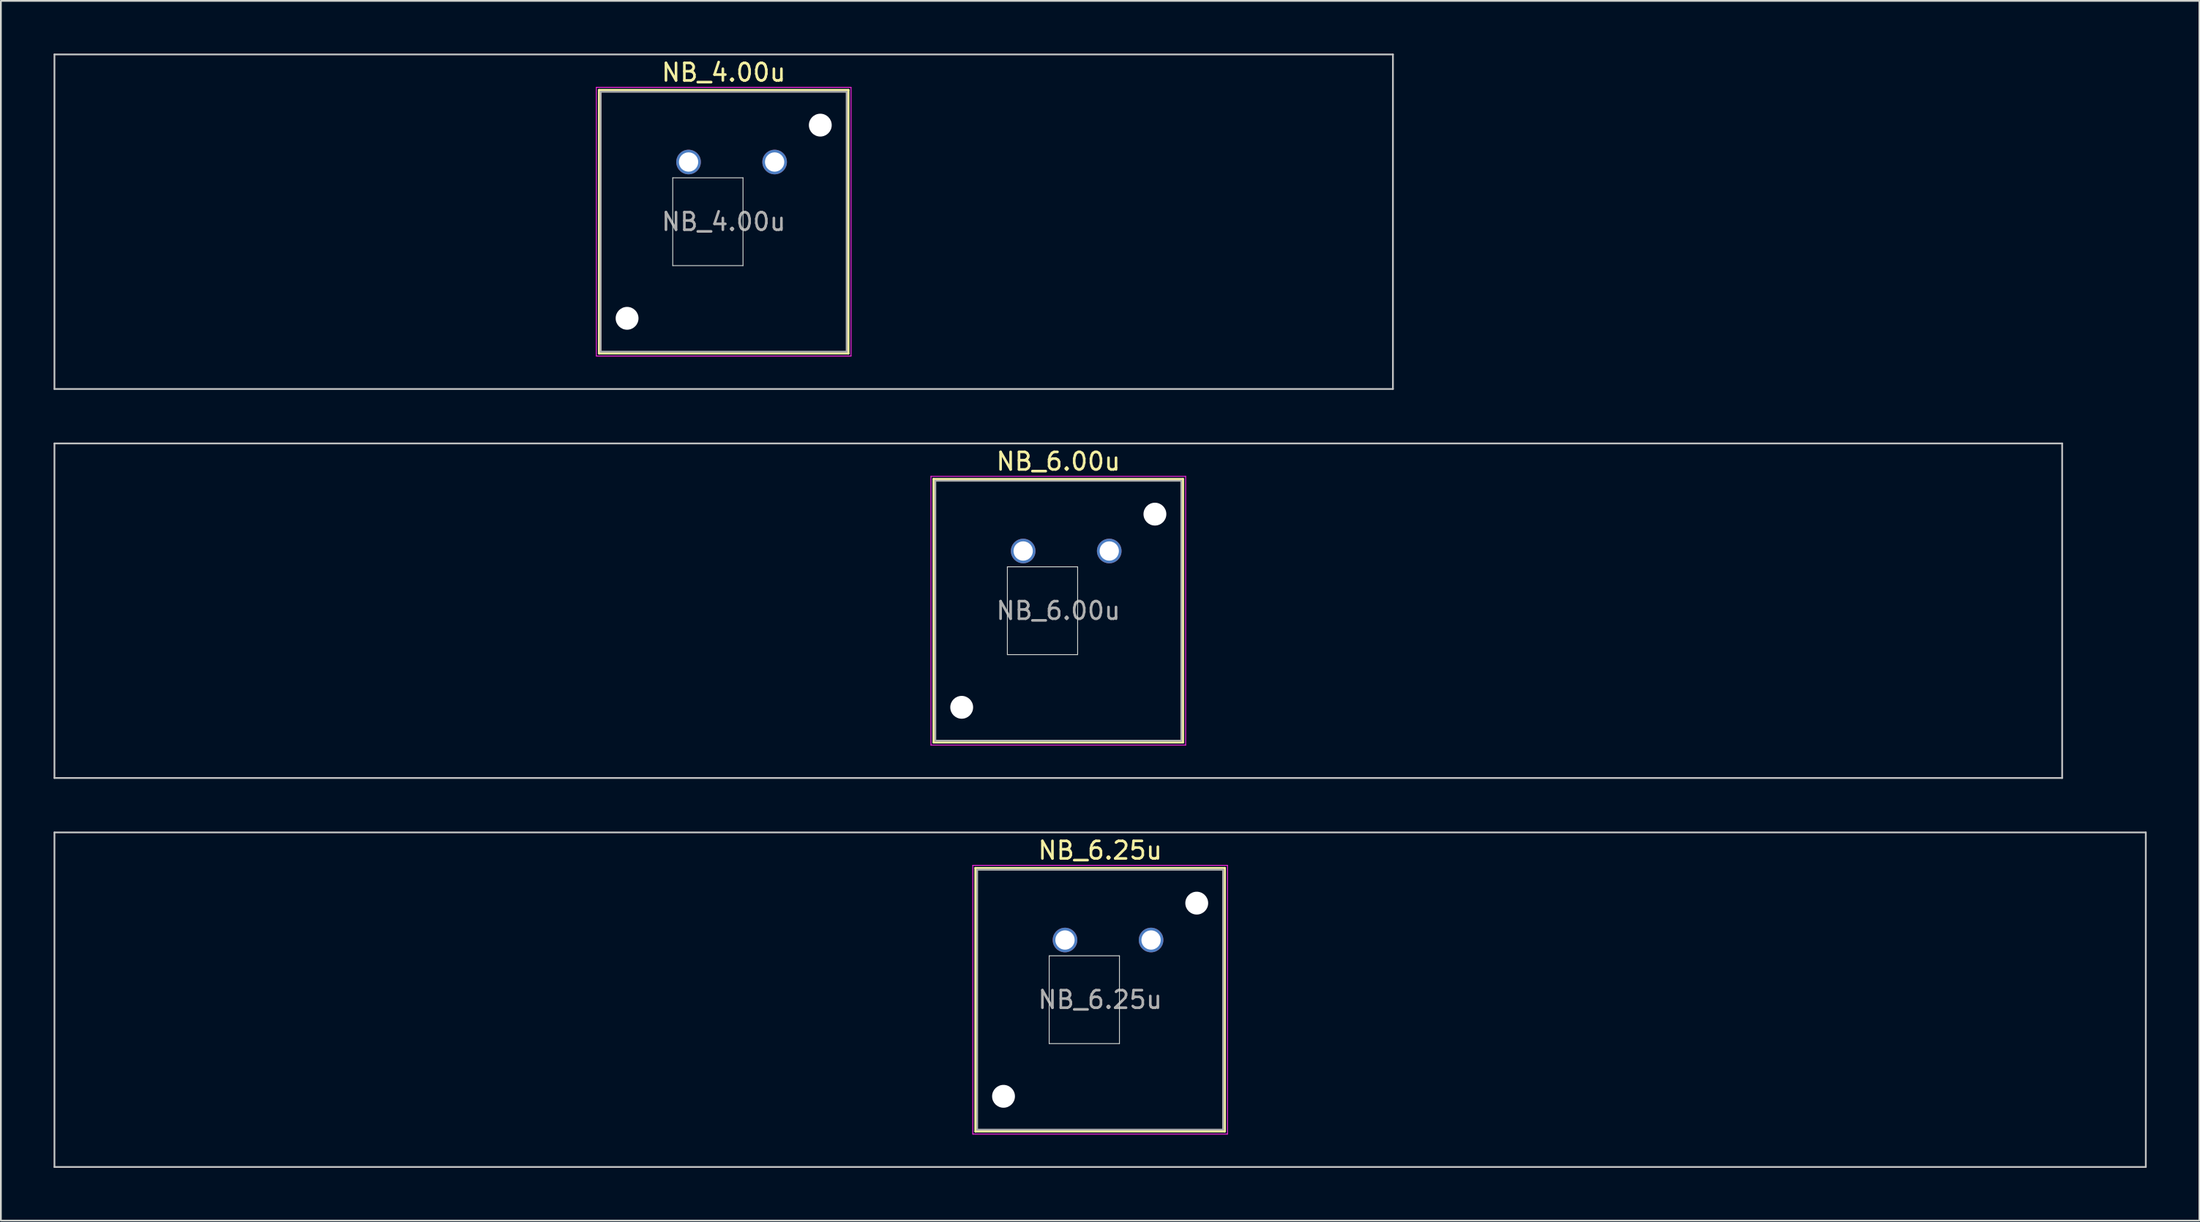
<source format=kicad_pcb>
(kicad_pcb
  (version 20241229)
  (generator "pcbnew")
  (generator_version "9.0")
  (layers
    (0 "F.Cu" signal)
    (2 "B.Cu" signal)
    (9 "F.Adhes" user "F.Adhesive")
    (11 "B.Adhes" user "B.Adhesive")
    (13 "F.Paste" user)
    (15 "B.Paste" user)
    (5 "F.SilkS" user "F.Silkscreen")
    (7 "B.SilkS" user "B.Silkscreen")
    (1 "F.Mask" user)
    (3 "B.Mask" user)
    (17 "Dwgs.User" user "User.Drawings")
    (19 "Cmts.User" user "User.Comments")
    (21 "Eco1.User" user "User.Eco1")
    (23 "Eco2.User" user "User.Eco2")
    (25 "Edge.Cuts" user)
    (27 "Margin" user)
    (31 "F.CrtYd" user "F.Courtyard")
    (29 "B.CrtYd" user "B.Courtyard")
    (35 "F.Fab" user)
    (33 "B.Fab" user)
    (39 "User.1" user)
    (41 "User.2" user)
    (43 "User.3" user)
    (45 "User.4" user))
  (footprint "NB_6.25u"
    (layer "F.Cu")
    (at 59.581 53.875)
    (property "Reference" "NB_6.25u" (at 0 -8.5 0) (layer "F.SilkS") (effects (font (size 1 1) (thickness 0.15))))
    (attr through_hole)
    (fp_line (start -7.1 -7.5) (end -7.1 7.5) (stroke (width 0.12) (type solid)) (layer "F.SilkS"))
    (fp_line (start -7.1 7.5) (end 7.1 7.5) (stroke (width 0.12) (type solid)) (layer "F.SilkS"))
    (fp_line (start 7.1 -7.5) (end -7.1 -7.5) (stroke (width 0.12) (type solid)) (layer "F.SilkS"))
    (fp_line (start 7.1 7.5) (end 7.1 -7.5) (stroke (width 0.12) (type solid)) (layer "F.SilkS"))
    (fp_line (start -59.531 -9.525) (end -59.531 9.525) (stroke (width 0.1) (type solid)) (layer "Dwgs.User"))
    (fp_line (start -59.531 9.525) (end 59.531 9.525) (stroke (width 0.1) (type solid)) (layer "Dwgs.User"))
    (fp_line (start 59.531 -9.525) (end -59.531 -9.525) (stroke (width 0.1) (type solid)) (layer "Dwgs.User"))
    (fp_line (start 59.531 9.525) (end 59.531 -9.525) (stroke (width 0.1) (type solid)) (layer "Dwgs.User"))
    (fp_line (start -8 -8) (end -8 8) (stroke (width 0.1) (type solid)) (layer "Eco1.User"))
    (fp_line (start -8 8) (end 8 8) (stroke (width 0.1) (type solid)) (layer "Eco1.User"))
    (fp_line (start 8 -8) (end -8 -8) (stroke (width 0.1) (type solid)) (layer "Eco1.User"))
    (fp_line (start 8 8) (end 8 -8) (stroke (width 0.1) (type solid)) (layer "Eco1.User"))
    (fp_line (start -2.9 -2.5) (end 1.1 -2.5) (stroke (width 0.05) (type solid)) (layer "Edge.Cuts"))
    (fp_line (start -2.9 2.5) (end -2.9 -2.5) (stroke (width 0.05) (type solid)) (layer "Edge.Cuts"))
    (fp_line (start 1.1 -2.5) (end 1.1 2.5) (stroke (width 0.05) (type solid)) (layer "Edge.Cuts"))
    (fp_line (start 1.1 2.5) (end -2.9 2.5) (stroke (width 0.05) (type solid)) (layer "Edge.Cuts"))
    (fp_line (start -7.25 -7.65) (end -7.25 7.65) (stroke (width 0.05) (type solid)) (layer "F.CrtYd"))
    (fp_line (start -7.25 7.65) (end 7.25 7.65) (stroke (width 0.05) (type solid)) (layer "F.CrtYd"))
    (fp_line (start 7.25 -7.65) (end -7.25 -7.65) (stroke (width 0.05) (type solid)) (layer "F.CrtYd"))
    (fp_line (start 7.25 7.65) (end 7.25 -7.65) (stroke (width 0.05) (type solid)) (layer "F.CrtYd"))
    (fp_line (start -7 -7.4) (end -7 7.4) (stroke (width 0.1) (type solid)) (layer "F.Fab"))
    (fp_line (start -7 7.4) (end 7 7.4) (stroke (width 0.1) (type solid)) (layer "F.Fab"))
    (fp_line (start 7 -7.4) (end -7 -7.4) (stroke (width 0.1) (type solid)) (layer "F.Fab"))
    (fp_line (start 7 7.4) (end 7 -7.4) (stroke (width 0.1) (type solid)) (layer "F.Fab"))
    (fp_text user "${REFERENCE}" (at 0 0 0) (layer "F.Fab") (effects (font (size 1 1) (thickness 0.15))))
    (pad "" np_thru_hole circle (at -5.5 5.5) (size 1.3 1.3) (drill 1.3) (layers "*.Cu" "*.Mask"))
    (pad "" np_thru_hole circle (at 5.5 -5.5) (size 1.3 1.3) (drill 1.3) (layers "*.Cu" "*.Mask"))
    (pad "1" thru_hole circle (at -2 -3.4) (size 1.4 1.4) (drill 1.1) (layers "*.Cu" "*.Mask"))
    (pad "2" thru_hole circle (at 2.9 -3.4) (size 1.4 1.4) (drill 1.1) (layers "*.Cu" "*.Mask")))
  (footprint "NB_6.00u"
    (layer "F.Cu")
    (at 57.2 31.725)
    (property "Reference" "NB_6.00u" (at 0 -8.5 0) (layer "F.SilkS") (effects (font (size 1 1) (thickness 0.15))))
    (attr through_hole)
    (fp_line (start -7.1 -7.5) (end -7.1 7.5) (stroke (width 0.12) (type solid)) (layer "F.SilkS"))
    (fp_line (start -7.1 7.5) (end 7.1 7.5) (stroke (width 0.12) (type solid)) (layer "F.SilkS"))
    (fp_line (start 7.1 -7.5) (end -7.1 -7.5) (stroke (width 0.12) (type solid)) (layer "F.SilkS"))
    (fp_line (start 7.1 7.5) (end 7.1 -7.5) (stroke (width 0.12) (type solid)) (layer "F.SilkS"))
    (fp_line (start -57.15 -9.525) (end -57.15 9.525) (stroke (width 0.1) (type solid)) (layer "Dwgs.User"))
    (fp_line (start -57.15 9.525) (end 57.15 9.525) (stroke (width 0.1) (type solid)) (layer "Dwgs.User"))
    (fp_line (start 57.15 -9.525) (end -57.15 -9.525) (stroke (width 0.1) (type solid)) (layer "Dwgs.User"))
    (fp_line (start 57.15 9.525) (end 57.15 -9.525) (stroke (width 0.1) (type solid)) (layer "Dwgs.User"))
    (fp_line (start -8 -8) (end -8 8) (stroke (width 0.1) (type solid)) (layer "Eco1.User"))
    (fp_line (start -8 8) (end 8 8) (stroke (width 0.1) (type solid)) (layer "Eco1.User"))
    (fp_line (start 8 -8) (end -8 -8) (stroke (width 0.1) (type solid)) (layer "Eco1.User"))
    (fp_line (start 8 8) (end 8 -8) (stroke (width 0.1) (type solid)) (layer "Eco1.User"))
    (fp_line (start -2.9 -2.5) (end 1.1 -2.5) (stroke (width 0.05) (type solid)) (layer "Edge.Cuts"))
    (fp_line (start -2.9 2.5) (end -2.9 -2.5) (stroke (width 0.05) (type solid)) (layer "Edge.Cuts"))
    (fp_line (start 1.1 -2.5) (end 1.1 2.5) (stroke (width 0.05) (type solid)) (layer "Edge.Cuts"))
    (fp_line (start 1.1 2.5) (end -2.9 2.5) (stroke (width 0.05) (type solid)) (layer "Edge.Cuts"))
    (fp_line (start -7.25 -7.65) (end -7.25 7.65) (stroke (width 0.05) (type solid)) (layer "F.CrtYd"))
    (fp_line (start -7.25 7.65) (end 7.25 7.65) (stroke (width 0.05) (type solid)) (layer "F.CrtYd"))
    (fp_line (start 7.25 -7.65) (end -7.25 -7.65) (stroke (width 0.05) (type solid)) (layer "F.CrtYd"))
    (fp_line (start 7.25 7.65) (end 7.25 -7.65) (stroke (width 0.05) (type solid)) (layer "F.CrtYd"))
    (fp_line (start -7 -7.4) (end -7 7.4) (stroke (width 0.1) (type solid)) (layer "F.Fab"))
    (fp_line (start -7 7.4) (end 7 7.4) (stroke (width 0.1) (type solid)) (layer "F.Fab"))
    (fp_line (start 7 -7.4) (end -7 -7.4) (stroke (width 0.1) (type solid)) (layer "F.Fab"))
    (fp_line (start 7 7.4) (end 7 -7.4) (stroke (width 0.1) (type solid)) (layer "F.Fab"))
    (fp_text user "${REFERENCE}" (at 0 0 0) (layer "F.Fab") (effects (font (size 1 1) (thickness 0.15))))
    (pad "" np_thru_hole circle (at -5.5 5.5) (size 1.3 1.3) (drill 1.3) (layers "*.Cu" "*.Mask"))
    (pad "" np_thru_hole circle (at 5.5 -5.5) (size 1.3 1.3) (drill 1.3) (layers "*.Cu" "*.Mask"))
    (pad "1" thru_hole circle (at -2 -3.4) (size 1.4 1.4) (drill 1.1) (layers "*.Cu" "*.Mask"))
    (pad "2" thru_hole circle (at 2.9 -3.4) (size 1.4 1.4) (drill 1.1) (layers "*.Cu" "*.Mask")))
  (footprint "NB_4.00u"
    (layer "F.Cu")
    (at 38.15 9.575)
    (property "Reference" "NB_4.00u" (at 0 -8.5 0) (layer "F.SilkS") (effects (font (size 1 1) (thickness 0.15))))
    (attr through_hole)
    (fp_line (start -7.1 -7.5) (end -7.1 7.5) (stroke (width 0.12) (type solid)) (layer "F.SilkS"))
    (fp_line (start -7.1 7.5) (end 7.1 7.5) (stroke (width 0.12) (type solid)) (layer "F.SilkS"))
    (fp_line (start 7.1 -7.5) (end -7.1 -7.5) (stroke (width 0.12) (type solid)) (layer "F.SilkS"))
    (fp_line (start 7.1 7.5) (end 7.1 -7.5) (stroke (width 0.12) (type solid)) (layer "F.SilkS"))
    (fp_line (start -38.1 -9.525) (end -38.1 9.525) (stroke (width 0.1) (type solid)) (layer "Dwgs.User"))
    (fp_line (start -38.1 9.525) (end 38.1 9.525) (stroke (width 0.1) (type solid)) (layer "Dwgs.User"))
    (fp_line (start 38.1 -9.525) (end -38.1 -9.525) (stroke (width 0.1) (type solid)) (layer "Dwgs.User"))
    (fp_line (start 38.1 9.525) (end 38.1 -9.525) (stroke (width 0.1) (type solid)) (layer "Dwgs.User"))
    (fp_line (start -8 -8) (end -8 8) (stroke (width 0.1) (type solid)) (layer "Eco1.User"))
    (fp_line (start -8 8) (end 8 8) (stroke (width 0.1) (type solid)) (layer "Eco1.User"))
    (fp_line (start 8 -8) (end -8 -8) (stroke (width 0.1) (type solid)) (layer "Eco1.User"))
    (fp_line (start 8 8) (end 8 -8) (stroke (width 0.1) (type solid)) (layer "Eco1.User"))
    (fp_line (start -2.9 -2.5) (end 1.1 -2.5) (stroke (width 0.05) (type solid)) (layer "Edge.Cuts"))
    (fp_line (start -2.9 2.5) (end -2.9 -2.5) (stroke (width 0.05) (type solid)) (layer "Edge.Cuts"))
    (fp_line (start 1.1 -2.5) (end 1.1 2.5) (stroke (width 0.05) (type solid)) (layer "Edge.Cuts"))
    (fp_line (start 1.1 2.5) (end -2.9 2.5) (stroke (width 0.05) (type solid)) (layer "Edge.Cuts"))
    (fp_line (start -7.25 -7.65) (end -7.25 7.65) (stroke (width 0.05) (type solid)) (layer "F.CrtYd"))
    (fp_line (start -7.25 7.65) (end 7.25 7.65) (stroke (width 0.05) (type solid)) (layer "F.CrtYd"))
    (fp_line (start 7.25 -7.65) (end -7.25 -7.65) (stroke (width 0.05) (type solid)) (layer "F.CrtYd"))
    (fp_line (start 7.25 7.65) (end 7.25 -7.65) (stroke (width 0.05) (type solid)) (layer "F.CrtYd"))
    (fp_line (start -7 -7.4) (end -7 7.4) (stroke (width 0.1) (type solid)) (layer "F.Fab"))
    (fp_line (start -7 7.4) (end 7 7.4) (stroke (width 0.1) (type solid)) (layer "F.Fab"))
    (fp_line (start 7 -7.4) (end -7 -7.4) (stroke (width 0.1) (type solid)) (layer "F.Fab"))
    (fp_line (start 7 7.4) (end 7 -7.4) (stroke (width 0.1) (type solid)) (layer "F.Fab"))
    (fp_text user "${REFERENCE}" (at 0 0 0) (layer "F.Fab") (effects (font (size 1 1) (thickness 0.15))))
    (pad "" np_thru_hole circle (at -5.5 5.5) (size 1.3 1.3) (drill 1.3) (layers "*.Cu" "*.Mask"))
    (pad "" np_thru_hole circle (at 5.5 -5.5) (size 1.3 1.3) (drill 1.3) (layers "*.Cu" "*.Mask"))
    (pad "1" thru_hole circle (at -2 -3.4) (size 1.4 1.4) (drill 1.1) (layers "*.Cu" "*.Mask"))
    (pad "2" thru_hole circle (at 2.9 -3.4) (size 1.4 1.4) (drill 1.1) (layers "*.Cu" "*.Mask")))
  (gr_rect
    (start -3 -3)
    (end 122.162 66.45)
    (stroke (width 0.1) (type default))
    (fill no)
    (layer "Edge.Cuts")))
</source>
